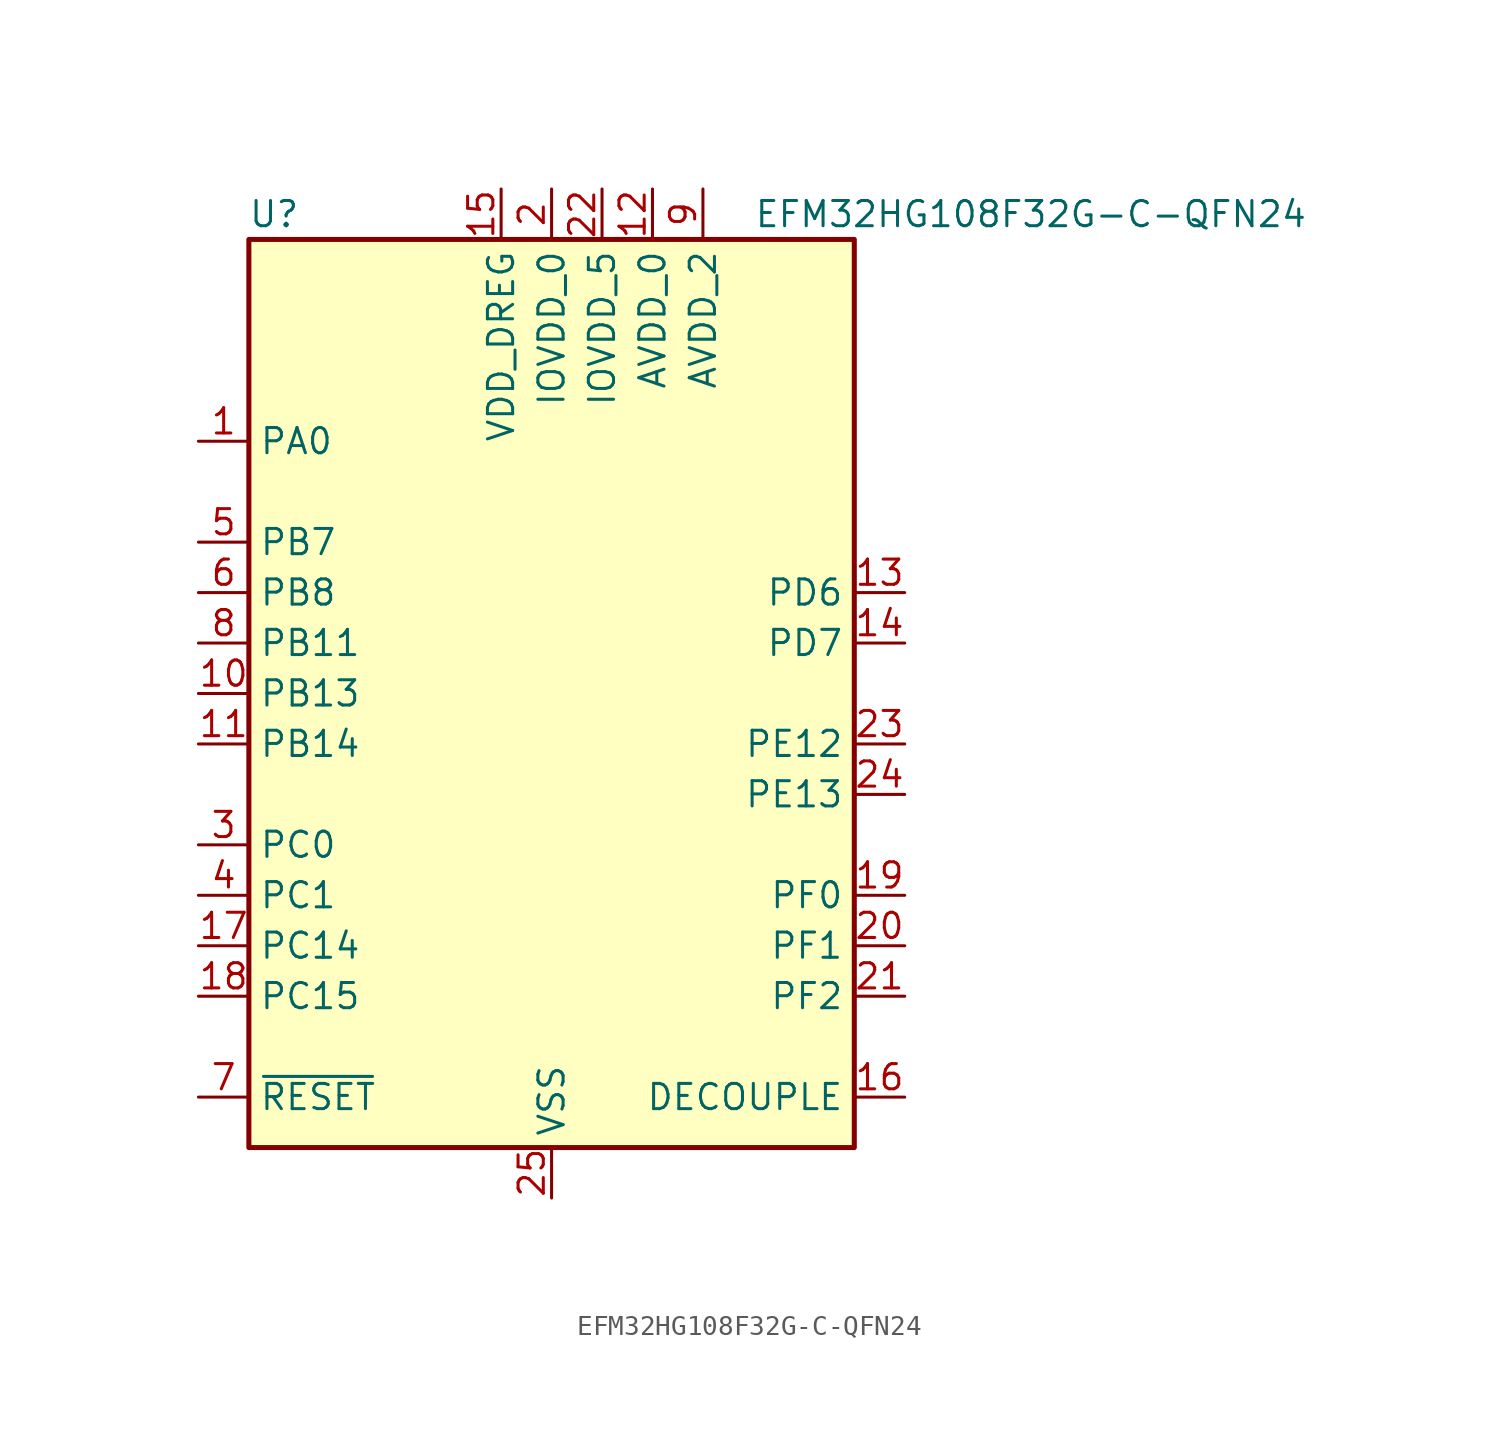
<source format=kicad_sym>
(kicad_symbol_lib
  (version 20220914)
  (generator kicad_symbol_editor)
  (symbol "EFM32HG108F32G-C-QFN24"
    (property "Reference" "U"
      (at -13.97 24.13 0)
      (effects (font (size 1.27 1.27))))
    (property "Value" "EFM32HG108F32G-C-QFN24"
      (at 24.13 24.13 0)
      (effects (font (size 1.27 1.27))))
    (symbol "EFM32HG108F32G-C-QFN24_0_1"
      (rectangle (start -15.24 22.86) (end 15.24 -22.86) (stroke (width 0.254) (type default)) (fill (type background))))
    (symbol "EFM32HG108F32G-C-QFN24_1_1"
      (pin bidirectional line (at -17.78 12.7 0) (length 2.54) (name "PA0" (effects (font (size 1.27 1.27)))) (number "1" (effects (font (size 1.27 1.27)))))
      (pin bidirectional line (at -17.78 0 0) (length 2.54) (name "PB13" (effects (font (size 1.27 1.27)))) (number "10" (effects (font (size 1.27 1.27)))))
      (pin bidirectional line (at -17.78 -2.54 0) (length 2.54) (name "PB14" (effects (font (size 1.27 1.27)))) (number "11" (effects (font (size 1.27 1.27)))))
      (pin power_in line (at 5.08 25.4 270) (length 2.54) (name "AVDD_0" (effects (font (size 1.27 1.27)))) (number "12" (effects (font (size 1.27 1.27)))))
      (pin bidirectional line (at 17.78 5.08 180) (length 2.54) (name "PD6" (effects (font (size 1.27 1.27)))) (number "13" (effects (font (size 1.27 1.27)))))
      (pin bidirectional line (at 17.78 2.54 180) (length 2.54) (name "PD7" (effects (font (size 1.27 1.27)))) (number "14" (effects (font (size 1.27 1.27)))))
      (pin power_in line (at -2.54 25.4 270) (length 2.54) (name "VDD_DREG" (effects (font (size 1.27 1.27)))) (number "15" (effects (font (size 1.27 1.27)))))
      (pin passive line (at 17.78 -20.32 180) (length 2.54) (name "DECOUPLE" (effects (font (size 1.27 1.27)))) (number "16" (effects (font (size 1.27 1.27)))))
      (pin bidirectional line (at -17.78 -12.7 0) (length 2.54) (name "PC14" (effects (font (size 1.27 1.27)))) (number "17" (effects (font (size 1.27 1.27)))))
      (pin bidirectional line (at -17.78 -15.24 0) (length 2.54) (name "PC15" (effects (font (size 1.27 1.27)))) (number "18" (effects (font (size 1.27 1.27)))))
      (pin bidirectional line (at 17.78 -10.16 180) (length 2.54) (name "PF0" (effects (font (size 1.27 1.27)))) (number "19" (effects (font (size 1.27 1.27)))))
      (pin power_in line (at 0 25.4 270) (length 2.54) (name "IOVDD_0" (effects (font (size 1.27 1.27)))) (number "2" (effects (font (size 1.27 1.27)))))
      (pin bidirectional line (at 17.78 -12.7 180) (length 2.54) (name "PF1" (effects (font (size 1.27 1.27)))) (number "20" (effects (font (size 1.27 1.27)))))
      (pin bidirectional line (at 17.78 -15.24 180) (length 2.54) (name "PF2" (effects (font (size 1.27 1.27)))) (number "21" (effects (font (size 1.27 1.27)))))
      (pin power_in line (at 2.54 25.4 270) (length 2.54) (name "IOVDD_5" (effects (font (size 1.27 1.27)))) (number "22" (effects (font (size 1.27 1.27)))))
      (pin bidirectional line (at 17.78 -2.54 180) (length 2.54) (name "PE12" (effects (font (size 1.27 1.27)))) (number "23" (effects (font (size 1.27 1.27)))))
      (pin bidirectional line (at 17.78 -5.08 180) (length 2.54) (name "PE13" (effects (font (size 1.27 1.27)))) (number "24" (effects (font (size 1.27 1.27)))))
      (pin power_in line (at 0 -25.4 90) (length 2.54) (name "VSS" (effects (font (size 1.27 1.27)))) (number "25" (effects (font (size 1.27 1.27)))))
      (pin bidirectional line (at -17.78 -7.62 0) (length 2.54) (name "PC0" (effects (font (size 1.27 1.27)))) (number "3" (effects (font (size 1.27 1.27)))))
      (pin bidirectional line (at -17.78 -10.16 0) (length 2.54) (name "PC1" (effects (font (size 1.27 1.27)))) (number "4" (effects (font (size 1.27 1.27)))))
      (pin bidirectional line (at -17.78 7.62 0) (length 2.54) (name "PB7" (effects (font (size 1.27 1.27)))) (number "5" (effects (font (size 1.27 1.27)))))
      (pin bidirectional line (at -17.78 5.08 0) (length 2.54) (name "PB8" (effects (font (size 1.27 1.27)))) (number "6" (effects (font (size 1.27 1.27)))))
      (pin input line (at -17.78 -20.32 0) (length 2.54) (name "~{RESET}" (effects (font (size 1.27 1.27)))) (number "7" (effects (font (size 1.27 1.27)))))
      (pin bidirectional line (at -17.78 2.54 0) (length 2.54) (name "PB11" (effects (font (size 1.27 1.27)))) (number "8" (effects (font (size 1.27 1.27)))))
      (pin power_in line (at 7.62 25.4 270) (length 2.54) (name "AVDD_2" (effects (font (size 1.27 1.27)))) (number "9" (effects (font (size 1.27 1.27))))))))
</source>
